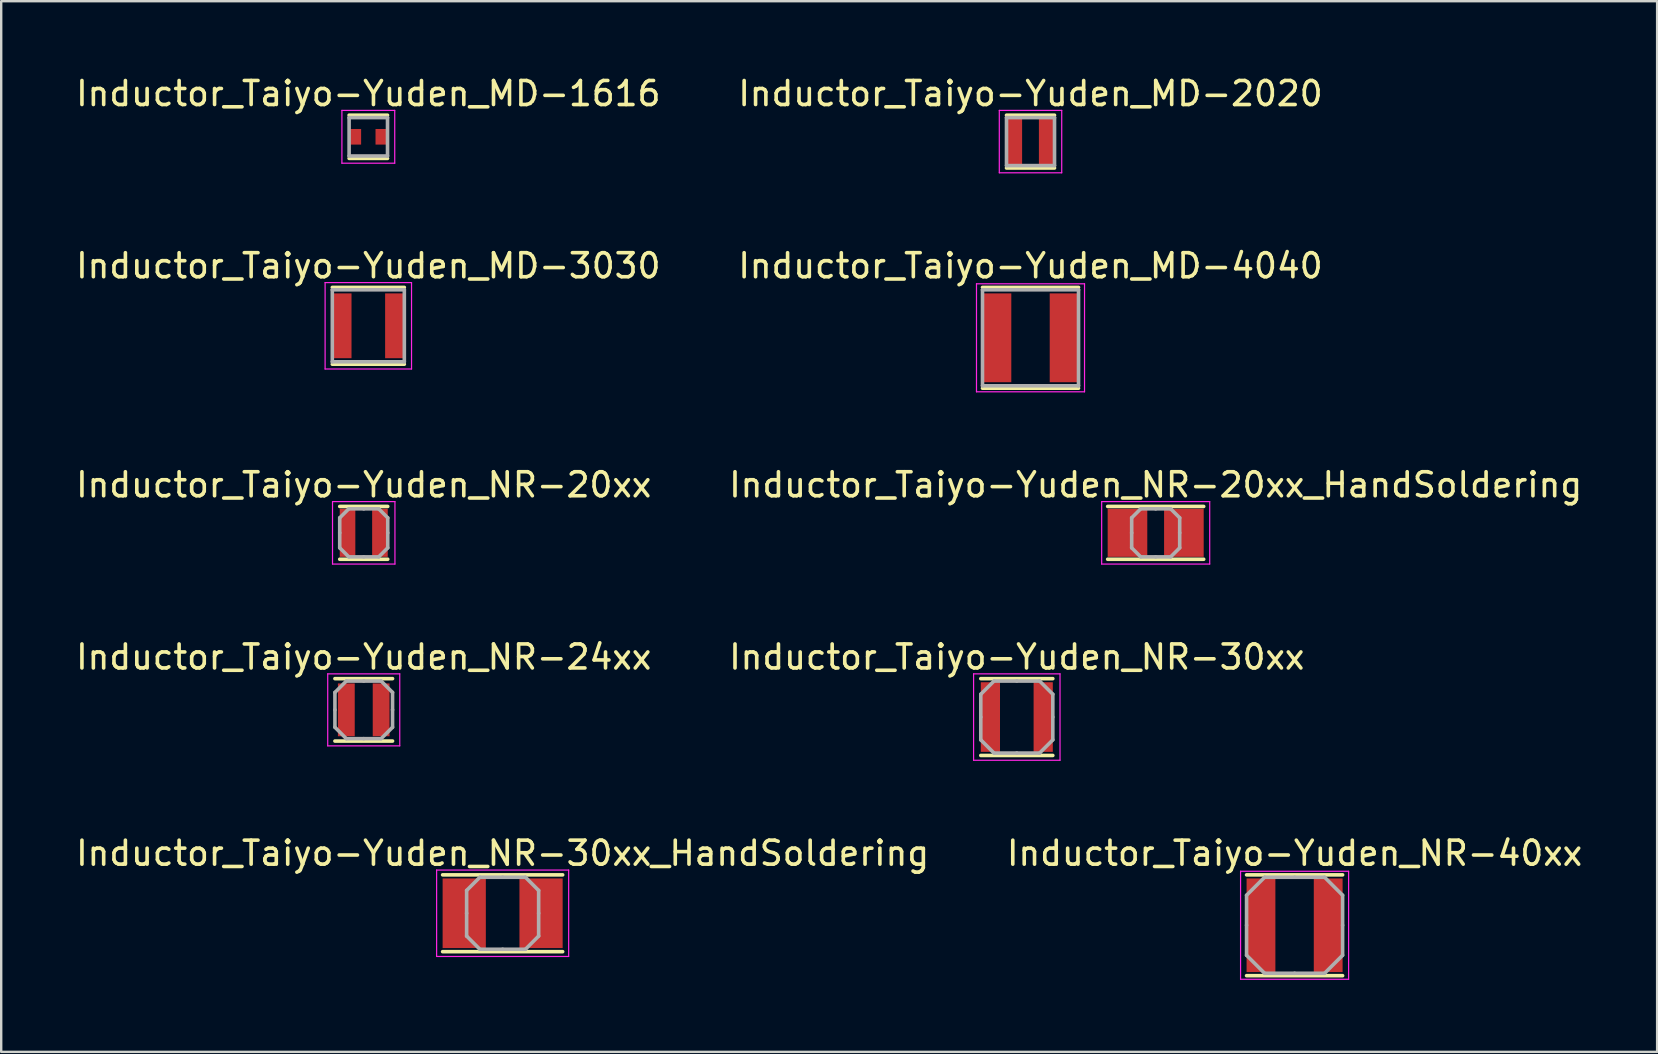
<source format=kicad_pcb>
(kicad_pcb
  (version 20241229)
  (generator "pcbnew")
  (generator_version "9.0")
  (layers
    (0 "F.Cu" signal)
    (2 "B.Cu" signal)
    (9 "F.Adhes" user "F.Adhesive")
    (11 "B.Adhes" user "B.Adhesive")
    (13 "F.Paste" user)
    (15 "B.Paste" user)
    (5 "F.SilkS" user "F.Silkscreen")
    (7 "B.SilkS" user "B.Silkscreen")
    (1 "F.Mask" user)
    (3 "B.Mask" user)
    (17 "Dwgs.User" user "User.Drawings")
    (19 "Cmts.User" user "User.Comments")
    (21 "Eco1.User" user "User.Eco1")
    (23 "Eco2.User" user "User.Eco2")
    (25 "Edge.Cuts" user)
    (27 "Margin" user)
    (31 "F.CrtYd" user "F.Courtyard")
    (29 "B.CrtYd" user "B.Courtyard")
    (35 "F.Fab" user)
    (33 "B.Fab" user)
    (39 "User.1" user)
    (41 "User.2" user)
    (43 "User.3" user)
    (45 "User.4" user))
  (footprint "Inductor_Taiyo-Yuden_NR-30xx"
    (layer "F.Cu")
    (at 39.304 26.818)
    (property "Reference" "Inductor_Taiyo-Yuden_NR-30xx" (at 0 -2.5 0) (layer "F.SilkS") (effects (font (size 1 1) (thickness 0.15))))
    (attr smd)
    (fp_line (start -1.5 -1.6) (end 1.5 -1.6) (stroke (width 0.15) (type solid)) (layer "F.SilkS"))
    (fp_line (start -1.5 1.6) (end 1.5 1.6) (stroke (width 0.15) (type solid)) (layer "F.SilkS"))
    (fp_line (start -1.8 -1.8) (end -1.8 1.8) (stroke (width 0.05) (type solid)) (layer "F.CrtYd"))
    (fp_line (start -1.8 1.8) (end 1.8 1.8) (stroke (width 0.05) (type solid)) (layer "F.CrtYd"))
    (fp_line (start 1.8 -1.8) (end -1.8 -1.8) (stroke (width 0.05) (type solid)) (layer "F.CrtYd"))
    (fp_line (start 1.8 1.8) (end 1.8 -1.8) (stroke (width 0.05) (type solid)) (layer "F.CrtYd"))
    (fp_line (start -1.5 -0.95) (end -0.95 -1.5) (stroke (width 0.15) (type solid)) (layer "F.Fab"))
    (fp_line (start -1.5 0) (end -1.5 -0.95) (stroke (width 0.15) (type solid)) (layer "F.Fab"))
    (fp_line (start -1.5 0) (end -1.5 0.95) (stroke (width 0.15) (type solid)) (layer "F.Fab"))
    (fp_line (start -1.5 0.95) (end -0.95 1.5) (stroke (width 0.15) (type solid)) (layer "F.Fab"))
    (fp_line (start -0.95 -1.5) (end 0 -1.5) (stroke (width 0.15) (type solid)) (layer "F.Fab"))
    (fp_line (start -0.95 1.5) (end 0 1.5) (stroke (width 0.15) (type solid)) (layer "F.Fab"))
    (fp_line (start 0.95 -1.5) (end 0 -1.5) (stroke (width 0.15) (type solid)) (layer "F.Fab"))
    (fp_line (start 0.95 1.5) (end 0 1.5) (stroke (width 0.15) (type solid)) (layer "F.Fab"))
    (fp_line (start 1.5 -0.95) (end 0.95 -1.5) (stroke (width 0.15) (type solid)) (layer "F.Fab"))
    (fp_line (start 1.5 0) (end 1.5 -0.95) (stroke (width 0.15) (type solid)) (layer "F.Fab"))
    (fp_line (start 1.5 0) (end 1.5 0.95) (stroke (width 0.15) (type solid)) (layer "F.Fab"))
    (fp_line (start 1.5 0.95) (end 0.95 1.5) (stroke (width 0.15) (type solid)) (layer "F.Fab"))
    (pad "1" smd rect (at -1.1 0) (size 0.8 2.9) (layers "F.Cu" "F.Mask" "F.Paste"))
    (pad "2" smd rect (at 1.1 0) (size 0.8 2.9) (layers "F.Cu" "F.Mask" "F.Paste")))
  (footprint "Inductor_Taiyo-Yuden_NR-20xx_HandSoldering"
    (layer "F.Cu")
    (at 45.089 19.145)
    (property "Reference" "Inductor_Taiyo-Yuden_NR-20xx_HandSoldering" (at 0 -2 0) (layer "F.SilkS") (effects (font (size 1 1) (thickness 0.15))))
    (attr smd)
    (fp_line (start -2 -1.1) (end 2 -1.1) (stroke (width 0.15) (type solid)) (layer "F.SilkS"))
    (fp_line (start -2 1.1) (end 2 1.1) (stroke (width 0.15) (type solid)) (layer "F.SilkS"))
    (fp_line (start -2.25 -1.3) (end -2.25 1.3) (stroke (width 0.05) (type solid)) (layer "F.CrtYd"))
    (fp_line (start -2.25 1.3) (end 2.25 1.3) (stroke (width 0.05) (type solid)) (layer "F.CrtYd"))
    (fp_line (start 2.25 -1.3) (end -2.25 -1.3) (stroke (width 0.05) (type solid)) (layer "F.CrtYd"))
    (fp_line (start 2.25 1.3) (end 2.25 -1.3) (stroke (width 0.05) (type solid)) (layer "F.CrtYd"))
    (fp_line (start -1 -0.625) (end -0.625 -1) (stroke (width 0.15) (type solid)) (layer "F.Fab"))
    (fp_line (start -1 0) (end -1 -0.625) (stroke (width 0.15) (type solid)) (layer "F.Fab"))
    (fp_line (start -1 0) (end -1 0.625) (stroke (width 0.15) (type solid)) (layer "F.Fab"))
    (fp_line (start -1 0.625) (end -0.625 1) (stroke (width 0.15) (type solid)) (layer "F.Fab"))
    (fp_line (start -0.625 -1) (end 0 -1) (stroke (width 0.15) (type solid)) (layer "F.Fab"))
    (fp_line (start -0.625 1) (end 0 1) (stroke (width 0.15) (type solid)) (layer "F.Fab"))
    (fp_line (start 0.625 -1) (end 0 -1) (stroke (width 0.15) (type solid)) (layer "F.Fab"))
    (fp_line (start 0.625 1) (end 0 1) (stroke (width 0.15) (type solid)) (layer "F.Fab"))
    (fp_line (start 1 -0.625) (end 0.625 -1) (stroke (width 0.15) (type solid)) (layer "F.Fab"))
    (fp_line (start 1 0) (end 1 -0.625) (stroke (width 0.15) (type solid)) (layer "F.Fab"))
    (fp_line (start 1 0) (end 1 0.625) (stroke (width 0.15) (type solid)) (layer "F.Fab"))
    (fp_line (start 1 0.625) (end 0.625 1) (stroke (width 0.15) (type solid)) (layer "F.Fab"))
    (pad "1" smd rect (at -1.175 0) (size 1.65 2) (layers "F.Cu" "F.Mask" "F.Paste"))
    (pad "2" smd rect (at 1.175 0) (size 1.65 2) (layers "F.Cu" "F.Mask" "F.Paste")))
  (footprint "Inductor_Taiyo-Yuden_NR-20xx"
    (layer "F.Cu")
    (at 12.101 19.145)
    (property "Reference" "Inductor_Taiyo-Yuden_NR-20xx" (at 0 -2 0) (layer "F.SilkS") (effects (font (size 1 1) (thickness 0.15))))
    (attr smd)
    (fp_line (start -1 -1.1) (end 1 -1.1) (stroke (width 0.15) (type solid)) (layer "F.SilkS"))
    (fp_line (start -1 1.1) (end 1 1.1) (stroke (width 0.15) (type solid)) (layer "F.SilkS"))
    (fp_line (start -1.3 -1.3) (end -1.3 1.3) (stroke (width 0.05) (type solid)) (layer "F.CrtYd"))
    (fp_line (start -1.3 1.3) (end 1.3 1.3) (stroke (width 0.05) (type solid)) (layer "F.CrtYd"))
    (fp_line (start 1.3 -1.3) (end -1.3 -1.3) (stroke (width 0.05) (type solid)) (layer "F.CrtYd"))
    (fp_line (start 1.3 1.3) (end 1.3 -1.3) (stroke (width 0.05) (type solid)) (layer "F.CrtYd"))
    (fp_line (start -1 -0.625) (end -0.625 -1) (stroke (width 0.15) (type solid)) (layer "F.Fab"))
    (fp_line (start -1 0) (end -1 -0.625) (stroke (width 0.15) (type solid)) (layer "F.Fab"))
    (fp_line (start -1 0) (end -1 0.625) (stroke (width 0.15) (type solid)) (layer "F.Fab"))
    (fp_line (start -1 0.625) (end -0.625 1) (stroke (width 0.15) (type solid)) (layer "F.Fab"))
    (fp_line (start -0.625 -1) (end 0 -1) (stroke (width 0.15) (type solid)) (layer "F.Fab"))
    (fp_line (start -0.625 1) (end 0 1) (stroke (width 0.15) (type solid)) (layer "F.Fab"))
    (fp_line (start 0.625 -1) (end 0 -1) (stroke (width 0.15) (type solid)) (layer "F.Fab"))
    (fp_line (start 0.625 1) (end 0 1) (stroke (width 0.15) (type solid)) (layer "F.Fab"))
    (fp_line (start 1 -0.625) (end 0.625 -1) (stroke (width 0.15) (type solid)) (layer "F.Fab"))
    (fp_line (start 1 0) (end 1 -0.625) (stroke (width 0.15) (type solid)) (layer "F.Fab"))
    (fp_line (start 1 0) (end 1 0.625) (stroke (width 0.15) (type solid)) (layer "F.Fab"))
    (fp_line (start 1 0.625) (end 0.625 1) (stroke (width 0.15) (type solid)) (layer "F.Fab"))
    (pad "1" smd rect (at -0.675 0) (size 0.65 2) (layers "F.Cu" "F.Mask" "F.Paste"))
    (pad "2" smd rect (at 0.675 0) (size 0.65 2) (layers "F.Cu" "F.Mask" "F.Paste")))
  (footprint "Inductor_Taiyo-Yuden_NR-24xx"
    (layer "F.Cu")
    (at 12.101 26.518)
    (property "Reference" "Inductor_Taiyo-Yuden_NR-24xx" (at 0 -2.2 0) (layer "F.SilkS") (effects (font (size 1 1) (thickness 0.15))))
    (attr smd)
    (fp_line (start -1.2 -1.3) (end 1.2 -1.3) (stroke (width 0.15) (type solid)) (layer "F.SilkS"))
    (fp_line (start -1.2 1.3) (end 1.2 1.3) (stroke (width 0.15) (type solid)) (layer "F.SilkS"))
    (fp_line (start -1.5 -1.5) (end -1.5 1.5) (stroke (width 0.05) (type solid)) (layer "F.CrtYd"))
    (fp_line (start -1.5 1.5) (end 1.5 1.5) (stroke (width 0.05) (type solid)) (layer "F.CrtYd"))
    (fp_line (start 1.5 -1.5) (end -1.5 -1.5) (stroke (width 0.05) (type solid)) (layer "F.CrtYd"))
    (fp_line (start 1.5 1.5) (end 1.5 -1.5) (stroke (width 0.05) (type solid)) (layer "F.CrtYd"))
    (fp_line (start -1.2 -0.725) (end -0.725 -1.2) (stroke (width 0.15) (type solid)) (layer "F.Fab"))
    (fp_line (start -1.2 0) (end -1.2 -0.725) (stroke (width 0.15) (type solid)) (layer "F.Fab"))
    (fp_line (start -1.2 0) (end -1.2 0.725) (stroke (width 0.15) (type solid)) (layer "F.Fab"))
    (fp_line (start -1.2 0.725) (end -0.725 1.2) (stroke (width 0.15) (type solid)) (layer "F.Fab"))
    (fp_line (start -0.725 -1.2) (end 0 -1.2) (stroke (width 0.15) (type solid)) (layer "F.Fab"))
    (fp_line (start -0.725 1.2) (end 0 1.2) (stroke (width 0.15) (type solid)) (layer "F.Fab"))
    (fp_line (start 0.725 -1.2) (end 0 -1.2) (stroke (width 0.15) (type solid)) (layer "F.Fab"))
    (fp_line (start 0.725 1.2) (end 0 1.2) (stroke (width 0.15) (type solid)) (layer "F.Fab"))
    (fp_line (start 1.2 -0.725) (end 0.725 -1.2) (stroke (width 0.15) (type solid)) (layer "F.Fab"))
    (fp_line (start 1.2 0) (end 1.2 -0.725) (stroke (width 0.15) (type solid)) (layer "F.Fab"))
    (fp_line (start 1.2 0) (end 1.2 0.725) (stroke (width 0.15) (type solid)) (layer "F.Fab"))
    (fp_line (start 1.2 0.725) (end 0.725 1.2) (stroke (width 0.15) (type solid)) (layer "F.Fab"))
    (pad "1" smd rect (at -0.725 0) (size 0.7 2.2) (layers "F.Cu" "F.Mask" "F.Paste"))
    (pad "2" smd rect (at 0.725 0) (size 0.7 2.2) (layers "F.Cu" "F.Mask" "F.Paste")))
  (footprint "Inductor_Taiyo-Yuden_NR-30xx_HandSoldering"
    (layer "F.Cu")
    (at 17.887 34.991)
    (property "Reference" "Inductor_Taiyo-Yuden_NR-30xx_HandSoldering" (at 0 -2.5 0) (layer "F.SilkS") (effects (font (size 1 1) (thickness 0.15))))
    (attr smd)
    (fp_line (start -2.5 -1.6) (end 2.5 -1.6) (stroke (width 0.15) (type solid)) (layer "F.SilkS"))
    (fp_line (start -2.5 1.6) (end 2.5 1.6) (stroke (width 0.15) (type solid)) (layer "F.SilkS"))
    (fp_line (start -2.75 -1.8) (end -2.75 1.8) (stroke (width 0.05) (type solid)) (layer "F.CrtYd"))
    (fp_line (start -2.75 1.8) (end 2.75 1.8) (stroke (width 0.05) (type solid)) (layer "F.CrtYd"))
    (fp_line (start 2.75 -1.8) (end -2.75 -1.8) (stroke (width 0.05) (type solid)) (layer "F.CrtYd"))
    (fp_line (start 2.75 1.8) (end 2.75 -1.8) (stroke (width 0.05) (type solid)) (layer "F.CrtYd"))
    (fp_line (start -1.5 -0.95) (end -0.95 -1.5) (stroke (width 0.15) (type solid)) (layer "F.Fab"))
    (fp_line (start -1.5 0) (end -1.5 -0.95) (stroke (width 0.15) (type solid)) (layer "F.Fab"))
    (fp_line (start -1.5 0) (end -1.5 0.95) (stroke (width 0.15) (type solid)) (layer "F.Fab"))
    (fp_line (start -1.5 0.95) (end -0.95 1.5) (stroke (width 0.15) (type solid)) (layer "F.Fab"))
    (fp_line (start -0.95 -1.5) (end 0 -1.5) (stroke (width 0.15) (type solid)) (layer "F.Fab"))
    (fp_line (start -0.95 1.5) (end 0 1.5) (stroke (width 0.15) (type solid)) (layer "F.Fab"))
    (fp_line (start 0.95 -1.5) (end 0 -1.5) (stroke (width 0.15) (type solid)) (layer "F.Fab"))
    (fp_line (start 0.95 1.5) (end 0 1.5) (stroke (width 0.15) (type solid)) (layer "F.Fab"))
    (fp_line (start 1.5 -0.95) (end 0.95 -1.5) (stroke (width 0.15) (type solid)) (layer "F.Fab"))
    (fp_line (start 1.5 0) (end 1.5 -0.95) (stroke (width 0.15) (type solid)) (layer "F.Fab"))
    (fp_line (start 1.5 0) (end 1.5 0.95) (stroke (width 0.15) (type solid)) (layer "F.Fab"))
    (fp_line (start 1.5 0.95) (end 0.95 1.5) (stroke (width 0.15) (type solid)) (layer "F.Fab"))
    (pad "1" smd rect (at -1.6 0) (size 1.8 2.9) (layers "F.Cu" "F.Mask" "F.Paste"))
    (pad "2" smd rect (at 1.6 0) (size 1.8 2.9) (layers "F.Cu" "F.Mask" "F.Paste")))
  (footprint "Inductor_Taiyo-Yuden_NR-40xx"
    (layer "F.Cu")
    (at 50.875 35.491)
    (property "Reference" "Inductor_Taiyo-Yuden_NR-40xx" (at 0 -3 0) (layer "F.SilkS") (effects (font (size 1 1) (thickness 0.15))))
    (attr smd)
    (fp_line (start -2 -2.1) (end 2 -2.1) (stroke (width 0.15) (type solid)) (layer "F.SilkS"))
    (fp_line (start -2 2.1) (end 2 2.1) (stroke (width 0.15) (type solid)) (layer "F.SilkS"))
    (fp_line (start -2.25 -2.25) (end -2.25 2.25) (stroke (width 0.05) (type solid)) (layer "F.CrtYd"))
    (fp_line (start -2.25 2.25) (end 2.25 2.25) (stroke (width 0.05) (type solid)) (layer "F.CrtYd"))
    (fp_line (start 2.25 -2.25) (end -2.25 -2.25) (stroke (width 0.05) (type solid)) (layer "F.CrtYd"))
    (fp_line (start 2.25 2.25) (end 2.25 -2.25) (stroke (width 0.05) (type solid)) (layer "F.CrtYd"))
    (fp_line (start -2 -1.25) (end -1.25 -2) (stroke (width 0.15) (type solid)) (layer "F.Fab"))
    (fp_line (start -2 0) (end -2 -1.25) (stroke (width 0.15) (type solid)) (layer "F.Fab"))
    (fp_line (start -2 0) (end -2 1.25) (stroke (width 0.15) (type solid)) (layer "F.Fab"))
    (fp_line (start -2 1.25) (end -1.25 2) (stroke (width 0.15) (type solid)) (layer "F.Fab"))
    (fp_line (start -1.25 -2) (end 0 -2) (stroke (width 0.15) (type solid)) (layer "F.Fab"))
    (fp_line (start -1.25 2) (end 0 2) (stroke (width 0.15) (type solid)) (layer "F.Fab"))
    (fp_line (start 1.25 -2) (end 0 -2) (stroke (width 0.15) (type solid)) (layer "F.Fab"))
    (fp_line (start 1.25 2) (end 0 2) (stroke (width 0.15) (type solid)) (layer "F.Fab"))
    (fp_line (start 2 -1.25) (end 1.25 -2) (stroke (width 0.15) (type solid)) (layer "F.Fab"))
    (fp_line (start 2 0) (end 2 -1.25) (stroke (width 0.15) (type solid)) (layer "F.Fab"))
    (fp_line (start 2 0) (end 2 1.25) (stroke (width 0.15) (type solid)) (layer "F.Fab"))
    (fp_line (start 2 1.25) (end 1.25 2) (stroke (width 0.15) (type solid)) (layer "F.Fab"))
    (pad "1" smd rect (at -1.4 0) (size 1.2 3.9) (layers "F.Cu" "F.Mask" "F.Paste"))
    (pad "2" smd rect (at 1.4 0) (size 1.2 3.9) (layers "F.Cu" "F.Mask" "F.Paste")))
  (footprint "Inductor_Taiyo-Yuden_MD-4040"
    (layer "F.Cu")
    (at 39.875 11.021)
    (property "Reference" "Inductor_Taiyo-Yuden_MD-4040" (at 0 -3 0) (layer "F.SilkS") (effects (font (size 1 1) (thickness 0.15))))
    (attr smd)
    (fp_line (start -2 -2.1) (end 2 -2.1) (stroke (width 0.15) (type solid)) (layer "F.SilkS"))
    (fp_line (start -2 2.1) (end 2 2.1) (stroke (width 0.15) (type solid)) (layer "F.SilkS"))
    (fp_line (start -2.25 -2.25) (end -2.25 2.25) (stroke (width 0.05) (type solid)) (layer "F.CrtYd"))
    (fp_line (start -2.25 2.25) (end 2.25 2.25) (stroke (width 0.05) (type solid)) (layer "F.CrtYd"))
    (fp_line (start 2.25 -2.25) (end -2.25 -2.25) (stroke (width 0.05) (type solid)) (layer "F.CrtYd"))
    (fp_line (start 2.25 2.25) (end 2.25 -2.25) (stroke (width 0.05) (type solid)) (layer "F.CrtYd"))
    (fp_line (start -2 -2) (end -2 2) (stroke (width 0.15) (type solid)) (layer "F.Fab"))
    (fp_line (start -2 2) (end 2 2) (stroke (width 0.15) (type solid)) (layer "F.Fab"))
    (fp_line (start 2 -2) (end -2 -2) (stroke (width 0.15) (type solid)) (layer "F.Fab"))
    (fp_line (start 2 2) (end 2 -2) (stroke (width 0.15) (type solid)) (layer "F.Fab"))
    (pad "1" smd rect (at -1.4 0) (size 1.2 3.7) (layers "F.Cu" "F.Mask" "F.Paste"))
    (pad "2" smd rect (at 1.4 0) (size 1.2 3.7) (layers "F.Cu" "F.Mask" "F.Paste")))
  (footprint "Inductor_Taiyo-Yuden_MD-3030"
    (layer "F.Cu")
    (at 12.292 10.521)
    (property "Reference" "Inductor_Taiyo-Yuden_MD-3030" (at 0 -2.5 0) (layer "F.SilkS") (effects (font (size 1 1) (thickness 0.15))))
    (attr smd)
    (fp_line (start -1.5 -1.6) (end 1.5 -1.6) (stroke (width 0.15) (type solid)) (layer "F.SilkS"))
    (fp_line (start -1.5 1.6) (end 1.5 1.6) (stroke (width 0.15) (type solid)) (layer "F.SilkS"))
    (fp_line (start -1.8 -1.8) (end -1.8 1.8) (stroke (width 0.05) (type solid)) (layer "F.CrtYd"))
    (fp_line (start -1.8 1.8) (end 1.8 1.8) (stroke (width 0.05) (type solid)) (layer "F.CrtYd"))
    (fp_line (start 1.8 -1.8) (end -1.8 -1.8) (stroke (width 0.05) (type solid)) (layer "F.CrtYd"))
    (fp_line (start 1.8 1.8) (end 1.8 -1.8) (stroke (width 0.05) (type solid)) (layer "F.CrtYd"))
    (fp_line (start -1.5 -1.5) (end -1.5 1.5) (stroke (width 0.15) (type solid)) (layer "F.Fab"))
    (fp_line (start -1.5 1.5) (end 1.5 1.5) (stroke (width 0.15) (type solid)) (layer "F.Fab"))
    (fp_line (start 1.5 -1.5) (end -1.5 -1.5) (stroke (width 0.15) (type solid)) (layer "F.Fab"))
    (fp_line (start 1.5 1.5) (end 1.5 -1.5) (stroke (width 0.15) (type solid)) (layer "F.Fab"))
    (pad "1" smd rect (at -1.1 0) (size 0.8 2.7) (layers "F.Cu" "F.Mask" "F.Paste"))
    (pad "2" smd rect (at 1.1 0) (size 0.8 2.7) (layers "F.Cu" "F.Mask" "F.Paste")))
  (footprint "Inductor_Taiyo-Yuden_MD-1616"
    (layer "F.Cu")
    (at 12.292 2.648)
    (property "Reference" "Inductor_Taiyo-Yuden_MD-1616" (at 0 -1.8 0) (layer "F.SilkS") (effects (font (size 1 1) (thickness 0.15))))
    (attr smd)
    (fp_line (start -0.8 -0.9) (end 0.8 -0.9) (stroke (width 0.15) (type solid)) (layer "F.SilkS"))
    (fp_line (start -0.8 0.9) (end 0.8 0.9) (stroke (width 0.15) (type solid)) (layer "F.SilkS"))
    (fp_line (start -1.1 -1.1) (end -1.1 1.1) (stroke (width 0.05) (type solid)) (layer "F.CrtYd"))
    (fp_line (start -1.1 1.1) (end 1.1 1.1) (stroke (width 0.05) (type solid)) (layer "F.CrtYd"))
    (fp_line (start 1.1 -1.1) (end -1.1 -1.1) (stroke (width 0.05) (type solid)) (layer "F.CrtYd"))
    (fp_line (start 1.1 1.1) (end 1.1 -1.1) (stroke (width 0.05) (type solid)) (layer "F.CrtYd"))
    (fp_line (start -0.8 -0.8) (end -0.8 0.8) (stroke (width 0.15) (type solid)) (layer "F.Fab"))
    (fp_line (start -0.8 0.8) (end 0.8 0.8) (stroke (width 0.15) (type solid)) (layer "F.Fab"))
    (fp_line (start 0.8 -0.8) (end -0.8 -0.8) (stroke (width 0.15) (type solid)) (layer "F.Fab"))
    (fp_line (start 0.8 0.8) (end 0.8 -0.8) (stroke (width 0.15) (type solid)) (layer "F.Fab"))
    (pad "1" smd rect (at -0.55 0) (size 0.5 0.65) (layers "F.Cu" "F.Mask" "F.Paste"))
    (pad "2" smd rect (at 0.55 0) (size 0.5 0.65) (layers "F.Cu" "F.Mask" "F.Paste")))
  (footprint "Inductor_Taiyo-Yuden_MD-2020"
    (layer "F.Cu")
    (at 39.875 2.848)
    (property "Reference" "Inductor_Taiyo-Yuden_MD-2020" (at 0 -2 0) (layer "F.SilkS") (effects (font (size 1 1) (thickness 0.15))))
    (attr smd)
    (fp_line (start -1 -1.1) (end 1 -1.1) (stroke (width 0.15) (type solid)) (layer "F.SilkS"))
    (fp_line (start -1 1.1) (end 1 1.1) (stroke (width 0.15) (type solid)) (layer "F.SilkS"))
    (fp_line (start -1.3 -1.3) (end -1.3 1.3) (stroke (width 0.05) (type solid)) (layer "F.CrtYd"))
    (fp_line (start -1.3 1.3) (end 1.3 1.3) (stroke (width 0.05) (type solid)) (layer "F.CrtYd"))
    (fp_line (start 1.3 -1.3) (end -1.3 -1.3) (stroke (width 0.05) (type solid)) (layer "F.CrtYd"))
    (fp_line (start 1.3 1.3) (end 1.3 -1.3) (stroke (width 0.05) (type solid)) (layer "F.CrtYd"))
    (fp_line (start -1 -1) (end -1 1) (stroke (width 0.15) (type solid)) (layer "F.Fab"))
    (fp_line (start -1 1) (end 1 1) (stroke (width 0.15) (type solid)) (layer "F.Fab"))
    (fp_line (start 1 -1) (end -1 -1) (stroke (width 0.15) (type solid)) (layer "F.Fab"))
    (fp_line (start 1 1) (end 1 -1) (stroke (width 0.15) (type solid)) (layer "F.Fab"))
    (pad "1" smd rect (at -0.675 0) (size 0.65 2) (layers "F.Cu" "F.Mask" "F.Paste"))
    (pad "2" smd rect (at 0.675 0) (size 0.65 2) (layers "F.Cu" "F.Mask" "F.Paste")))
  (gr_rect
    (start -3 -3)
    (end 65.976 40.766)
    (stroke (width 0.1) (type default))
    (fill no)
    (layer "Edge.Cuts")))
</source>
